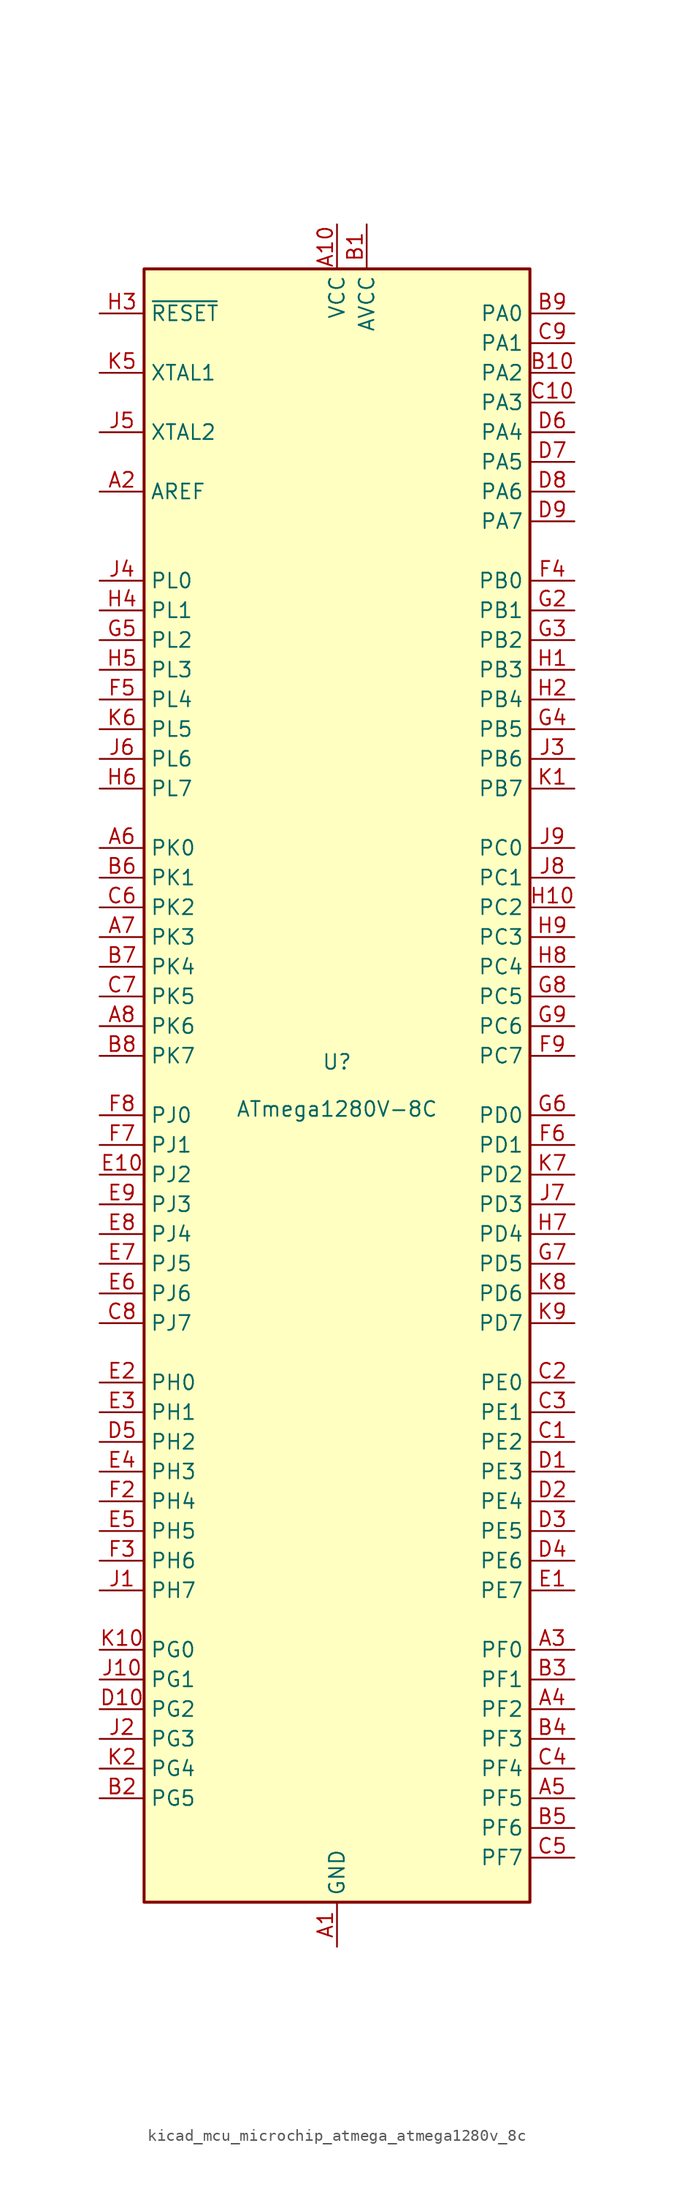
<source format=kicad_sym>
(kicad_symbol_lib
  (version 20220914)
  (generator kicad_symbol_editor)
  (symbol "kicad_mcu_microchip_atmega_atmega1280v_8c"
    (property "Reference" "U"
      (at 0 1.27 0)
      (effects (font (size 1.27 1.27)) (justify bottom)))
    (property "Value" "ATmega1280V-8C"
      (at 0 -1.27 0)
      (effects (font (size 1.27 1.27)) (justify top)))
    (symbol "kicad_mcu_microchip_atmega_atmega1280v_8c_0_1"
      (rectangle (start -16.51 -69.85) (end 16.51 69.85) (stroke (width 0.254) (type default)) (fill (type background))))
    (symbol "kicad_mcu_microchip_atmega_atmega1280v_8c_1_1"
      (pin power_in line (at 0 -73.66 90) (length 3.81) (name "GND" (effects (font (size 1.27 1.27)))) (number "A1" (effects (font (size 1.27 1.27)))))
      (pin power_in line (at 0 73.66 270) (length 3.81) (name "VCC" (effects (font (size 1.27 1.27)))) (number "A10" (effects (font (size 1.27 1.27)))))
      (pin passive line (at -20.32 50.8 0) (length 3.81) (name "AREF" (effects (font (size 1.27 1.27)))) (number "A2" (effects (font (size 1.27 1.27)))))
      (pin bidirectional line (at 20.32 -48.26 180) (length 3.81) (name "PF0" (effects (font (size 1.27 1.27)))) (number "A3" (effects (font (size 1.27 1.27)))))
      (pin bidirectional line (at 20.32 -53.34 180) (length 3.81) (name "PF2" (effects (font (size 1.27 1.27)))) (number "A4" (effects (font (size 1.27 1.27)))))
      (pin bidirectional line (at 20.32 -60.96 180) (length 3.81) (name "PF5" (effects (font (size 1.27 1.27)))) (number "A5" (effects (font (size 1.27 1.27)))))
      (pin bidirectional line (at -20.32 20.32 0) (length 3.81) (name "PK0" (effects (font (size 1.27 1.27)))) (number "A6" (effects (font (size 1.27 1.27)))))
      (pin bidirectional line (at -20.32 12.7 0) (length 3.81) (name "PK3" (effects (font (size 1.27 1.27)))) (number "A7" (effects (font (size 1.27 1.27)))))
      (pin bidirectional line (at -20.32 5.08 0) (length 3.81) (name "PK6" (effects (font (size 1.27 1.27)))) (number "A8" (effects (font (size 1.27 1.27)))))
      (pin passive line (at 0 -73.66 90) (length 3.81) hide (name "GND" (effects (font (size 1.27 1.27)))) (number "A9" (effects (font (size 1.27 1.27)))))
      (pin power_in line (at 2.54 73.66 270) (length 3.81) (name "AVCC" (effects (font (size 1.27 1.27)))) (number "B1" (effects (font (size 1.27 1.27)))))
      (pin bidirectional line (at 20.32 60.96 180) (length 3.81) (name "PA2" (effects (font (size 1.27 1.27)))) (number "B10" (effects (font (size 1.27 1.27)))))
      (pin bidirectional line (at -20.32 -60.96 0) (length 3.81) (name "PG5" (effects (font (size 1.27 1.27)))) (number "B2" (effects (font (size 1.27 1.27)))))
      (pin bidirectional line (at 20.32 -50.8 180) (length 3.81) (name "PF1" (effects (font (size 1.27 1.27)))) (number "B3" (effects (font (size 1.27 1.27)))))
      (pin bidirectional line (at 20.32 -55.88 180) (length 3.81) (name "PF3" (effects (font (size 1.27 1.27)))) (number "B4" (effects (font (size 1.27 1.27)))))
      (pin bidirectional line (at 20.32 -63.5 180) (length 3.81) (name "PF6" (effects (font (size 1.27 1.27)))) (number "B5" (effects (font (size 1.27 1.27)))))
      (pin bidirectional line (at -20.32 17.78 0) (length 3.81) (name "PK1" (effects (font (size 1.27 1.27)))) (number "B6" (effects (font (size 1.27 1.27)))))
      (pin bidirectional line (at -20.32 10.16 0) (length 3.81) (name "PK4" (effects (font (size 1.27 1.27)))) (number "B7" (effects (font (size 1.27 1.27)))))
      (pin bidirectional line (at -20.32 2.54 0) (length 3.81) (name "PK7" (effects (font (size 1.27 1.27)))) (number "B8" (effects (font (size 1.27 1.27)))))
      (pin bidirectional line (at 20.32 66.04 180) (length 3.81) (name "PA0" (effects (font (size 1.27 1.27)))) (number "B9" (effects (font (size 1.27 1.27)))))
      (pin bidirectional line (at 20.32 -30.48 180) (length 3.81) (name "PE2" (effects (font (size 1.27 1.27)))) (number "C1" (effects (font (size 1.27 1.27)))))
      (pin bidirectional line (at 20.32 58.42 180) (length 3.81) (name "PA3" (effects (font (size 1.27 1.27)))) (number "C10" (effects (font (size 1.27 1.27)))))
      (pin bidirectional line (at 20.32 -25.4 180) (length 3.81) (name "PE0" (effects (font (size 1.27 1.27)))) (number "C2" (effects (font (size 1.27 1.27)))))
      (pin bidirectional line (at 20.32 -27.94 180) (length 3.81) (name "PE1" (effects (font (size 1.27 1.27)))) (number "C3" (effects (font (size 1.27 1.27)))))
      (pin bidirectional line (at 20.32 -58.42 180) (length 3.81) (name "PF4" (effects (font (size 1.27 1.27)))) (number "C4" (effects (font (size 1.27 1.27)))))
      (pin bidirectional line (at 20.32 -66.04 180) (length 3.81) (name "PF7" (effects (font (size 1.27 1.27)))) (number "C5" (effects (font (size 1.27 1.27)))))
      (pin bidirectional line (at -20.32 15.24 0) (length 3.81) (name "PK2" (effects (font (size 1.27 1.27)))) (number "C6" (effects (font (size 1.27 1.27)))))
      (pin bidirectional line (at -20.32 7.62 0) (length 3.81) (name "PK5" (effects (font (size 1.27 1.27)))) (number "C7" (effects (font (size 1.27 1.27)))))
      (pin bidirectional line (at -20.32 -20.32 0) (length 3.81) (name "PJ7" (effects (font (size 1.27 1.27)))) (number "C8" (effects (font (size 1.27 1.27)))))
      (pin bidirectional line (at 20.32 63.5 180) (length 3.81) (name "PA1" (effects (font (size 1.27 1.27)))) (number "C9" (effects (font (size 1.27 1.27)))))
      (pin bidirectional line (at 20.32 -33.02 180) (length 3.81) (name "PE3" (effects (font (size 1.27 1.27)))) (number "D1" (effects (font (size 1.27 1.27)))))
      (pin bidirectional line (at -20.32 -53.34 0) (length 3.81) (name "PG2" (effects (font (size 1.27 1.27)))) (number "D10" (effects (font (size 1.27 1.27)))))
      (pin bidirectional line (at 20.32 -35.56 180) (length 3.81) (name "PE4" (effects (font (size 1.27 1.27)))) (number "D2" (effects (font (size 1.27 1.27)))))
      (pin bidirectional line (at 20.32 -38.1 180) (length 3.81) (name "PE5" (effects (font (size 1.27 1.27)))) (number "D3" (effects (font (size 1.27 1.27)))))
      (pin bidirectional line (at 20.32 -40.64 180) (length 3.81) (name "PE6" (effects (font (size 1.27 1.27)))) (number "D4" (effects (font (size 1.27 1.27)))))
      (pin bidirectional line (at -20.32 -30.48 0) (length 3.81) (name "PH2" (effects (font (size 1.27 1.27)))) (number "D5" (effects (font (size 1.27 1.27)))))
      (pin bidirectional line (at 20.32 55.88 180) (length 3.81) (name "PA4" (effects (font (size 1.27 1.27)))) (number "D6" (effects (font (size 1.27 1.27)))))
      (pin bidirectional line (at 20.32 53.34 180) (length 3.81) (name "PA5" (effects (font (size 1.27 1.27)))) (number "D7" (effects (font (size 1.27 1.27)))))
      (pin bidirectional line (at 20.32 50.8 180) (length 3.81) (name "PA6" (effects (font (size 1.27 1.27)))) (number "D8" (effects (font (size 1.27 1.27)))))
      (pin bidirectional line (at 20.32 48.26 180) (length 3.81) (name "PA7" (effects (font (size 1.27 1.27)))) (number "D9" (effects (font (size 1.27 1.27)))))
      (pin bidirectional line (at 20.32 -43.18 180) (length 3.81) (name "PE7" (effects (font (size 1.27 1.27)))) (number "E1" (effects (font (size 1.27 1.27)))))
      (pin bidirectional line (at -20.32 -7.62 0) (length 3.81) (name "PJ2" (effects (font (size 1.27 1.27)))) (number "E10" (effects (font (size 1.27 1.27)))))
      (pin bidirectional line (at -20.32 -25.4 0) (length 3.81) (name "PH0" (effects (font (size 1.27 1.27)))) (number "E2" (effects (font (size 1.27 1.27)))))
      (pin bidirectional line (at -20.32 -27.94 0) (length 3.81) (name "PH1" (effects (font (size 1.27 1.27)))) (number "E3" (effects (font (size 1.27 1.27)))))
      (pin bidirectional line (at -20.32 -33.02 0) (length 3.81) (name "PH3" (effects (font (size 1.27 1.27)))) (number "E4" (effects (font (size 1.27 1.27)))))
      (pin bidirectional line (at -20.32 -38.1 0) (length 3.81) (name "PH5" (effects (font (size 1.27 1.27)))) (number "E5" (effects (font (size 1.27 1.27)))))
      (pin bidirectional line (at -20.32 -17.78 0) (length 3.81) (name "PJ6" (effects (font (size 1.27 1.27)))) (number "E6" (effects (font (size 1.27 1.27)))))
      (pin bidirectional line (at -20.32 -15.24 0) (length 3.81) (name "PJ5" (effects (font (size 1.27 1.27)))) (number "E7" (effects (font (size 1.27 1.27)))))
      (pin bidirectional line (at -20.32 -12.7 0) (length 3.81) (name "PJ4" (effects (font (size 1.27 1.27)))) (number "E8" (effects (font (size 1.27 1.27)))))
      (pin bidirectional line (at -20.32 -10.16 0) (length 3.81) (name "PJ3" (effects (font (size 1.27 1.27)))) (number "E9" (effects (font (size 1.27 1.27)))))
      (pin passive line (at 0 73.66 270) (length 3.81) hide (name "VCC" (effects (font (size 1.27 1.27)))) (number "F1" (effects (font (size 1.27 1.27)))))
      (pin passive line (at 0 -73.66 90) (length 3.81) hide (name "GND" (effects (font (size 1.27 1.27)))) (number "F10" (effects (font (size 1.27 1.27)))))
      (pin bidirectional line (at -20.32 -35.56 0) (length 3.81) (name "PH4" (effects (font (size 1.27 1.27)))) (number "F2" (effects (font (size 1.27 1.27)))))
      (pin bidirectional line (at -20.32 -40.64 0) (length 3.81) (name "PH6" (effects (font (size 1.27 1.27)))) (number "F3" (effects (font (size 1.27 1.27)))))
      (pin bidirectional line (at 20.32 43.18 180) (length 3.81) (name "PB0" (effects (font (size 1.27 1.27)))) (number "F4" (effects (font (size 1.27 1.27)))))
      (pin bidirectional line (at -20.32 33.02 0) (length 3.81) (name "PL4" (effects (font (size 1.27 1.27)))) (number "F5" (effects (font (size 1.27 1.27)))))
      (pin bidirectional line (at 20.32 -5.08 180) (length 3.81) (name "PD1" (effects (font (size 1.27 1.27)))) (number "F6" (effects (font (size 1.27 1.27)))))
      (pin bidirectional line (at -20.32 -5.08 0) (length 3.81) (name "PJ1" (effects (font (size 1.27 1.27)))) (number "F7" (effects (font (size 1.27 1.27)))))
      (pin bidirectional line (at -20.32 -2.54 0) (length 3.81) (name "PJ0" (effects (font (size 1.27 1.27)))) (number "F8" (effects (font (size 1.27 1.27)))))
      (pin bidirectional line (at 20.32 2.54 180) (length 3.81) (name "PC7" (effects (font (size 1.27 1.27)))) (number "F9" (effects (font (size 1.27 1.27)))))
      (pin passive line (at 0 -73.66 90) (length 3.81) hide (name "GND" (effects (font (size 1.27 1.27)))) (number "G1" (effects (font (size 1.27 1.27)))))
      (pin passive line (at 0 73.66 270) (length 3.81) hide (name "VCC" (effects (font (size 1.27 1.27)))) (number "G10" (effects (font (size 1.27 1.27)))))
      (pin bidirectional line (at 20.32 40.64 180) (length 3.81) (name "PB1" (effects (font (size 1.27 1.27)))) (number "G2" (effects (font (size 1.27 1.27)))))
      (pin bidirectional line (at 20.32 38.1 180) (length 3.81) (name "PB2" (effects (font (size 1.27 1.27)))) (number "G3" (effects (font (size 1.27 1.27)))))
      (pin bidirectional line (at 20.32 30.48 180) (length 3.81) (name "PB5" (effects (font (size 1.27 1.27)))) (number "G4" (effects (font (size 1.27 1.27)))))
      (pin bidirectional line (at -20.32 38.1 0) (length 3.81) (name "PL2" (effects (font (size 1.27 1.27)))) (number "G5" (effects (font (size 1.27 1.27)))))
      (pin bidirectional line (at 20.32 -2.54 180) (length 3.81) (name "PD0" (effects (font (size 1.27 1.27)))) (number "G6" (effects (font (size 1.27 1.27)))))
      (pin bidirectional line (at 20.32 -15.24 180) (length 3.81) (name "PD5" (effects (font (size 1.27 1.27)))) (number "G7" (effects (font (size 1.27 1.27)))))
      (pin bidirectional line (at 20.32 7.62 180) (length 3.81) (name "PC5" (effects (font (size 1.27 1.27)))) (number "G8" (effects (font (size 1.27 1.27)))))
      (pin bidirectional line (at 20.32 5.08 180) (length 3.81) (name "PC6" (effects (font (size 1.27 1.27)))) (number "G9" (effects (font (size 1.27 1.27)))))
      (pin bidirectional line (at 20.32 35.56 180) (length 3.81) (name "PB3" (effects (font (size 1.27 1.27)))) (number "H1" (effects (font (size 1.27 1.27)))))
      (pin bidirectional line (at 20.32 15.24 180) (length 3.81) (name "PC2" (effects (font (size 1.27 1.27)))) (number "H10" (effects (font (size 1.27 1.27)))))
      (pin bidirectional line (at 20.32 33.02 180) (length 3.81) (name "PB4" (effects (font (size 1.27 1.27)))) (number "H2" (effects (font (size 1.27 1.27)))))
      (pin input line (at -20.32 66.04 0) (length 3.81) (name "~{RESET}" (effects (font (size 1.27 1.27)))) (number "H3" (effects (font (size 1.27 1.27)))))
      (pin bidirectional line (at -20.32 40.64 0) (length 3.81) (name "PL1" (effects (font (size 1.27 1.27)))) (number "H4" (effects (font (size 1.27 1.27)))))
      (pin bidirectional line (at -20.32 35.56 0) (length 3.81) (name "PL3" (effects (font (size 1.27 1.27)))) (number "H5" (effects (font (size 1.27 1.27)))))
      (pin bidirectional line (at -20.32 25.4 0) (length 3.81) (name "PL7" (effects (font (size 1.27 1.27)))) (number "H6" (effects (font (size 1.27 1.27)))))
      (pin bidirectional line (at 20.32 -12.7 180) (length 3.81) (name "PD4" (effects (font (size 1.27 1.27)))) (number "H7" (effects (font (size 1.27 1.27)))))
      (pin bidirectional line (at 20.32 10.16 180) (length 3.81) (name "PC4" (effects (font (size 1.27 1.27)))) (number "H8" (effects (font (size 1.27 1.27)))))
      (pin bidirectional line (at 20.32 12.7 180) (length 3.81) (name "PC3" (effects (font (size 1.27 1.27)))) (number "H9" (effects (font (size 1.27 1.27)))))
      (pin bidirectional line (at -20.32 -43.18 0) (length 3.81) (name "PH7" (effects (font (size 1.27 1.27)))) (number "J1" (effects (font (size 1.27 1.27)))))
      (pin bidirectional line (at -20.32 -50.8 0) (length 3.81) (name "PG1" (effects (font (size 1.27 1.27)))) (number "J10" (effects (font (size 1.27 1.27)))))
      (pin bidirectional line (at -20.32 -55.88 0) (length 3.81) (name "PG3" (effects (font (size 1.27 1.27)))) (number "J2" (effects (font (size 1.27 1.27)))))
      (pin bidirectional line (at 20.32 27.94 180) (length 3.81) (name "PB6" (effects (font (size 1.27 1.27)))) (number "J3" (effects (font (size 1.27 1.27)))))
      (pin bidirectional line (at -20.32 43.18 0) (length 3.81) (name "PL0" (effects (font (size 1.27 1.27)))) (number "J4" (effects (font (size 1.27 1.27)))))
      (pin output line (at -20.32 55.88 0) (length 3.81) (name "XTAL2" (effects (font (size 1.27 1.27)))) (number "J5" (effects (font (size 1.27 1.27)))))
      (pin bidirectional line (at -20.32 27.94 0) (length 3.81) (name "PL6" (effects (font (size 1.27 1.27)))) (number "J6" (effects (font (size 1.27 1.27)))))
      (pin bidirectional line (at 20.32 -10.16 180) (length 3.81) (name "PD3" (effects (font (size 1.27 1.27)))) (number "J7" (effects (font (size 1.27 1.27)))))
      (pin bidirectional line (at 20.32 17.78 180) (length 3.81) (name "PC1" (effects (font (size 1.27 1.27)))) (number "J8" (effects (font (size 1.27 1.27)))))
      (pin bidirectional line (at 20.32 20.32 180) (length 3.81) (name "PC0" (effects (font (size 1.27 1.27)))) (number "J9" (effects (font (size 1.27 1.27)))))
      (pin bidirectional line (at 20.32 25.4 180) (length 3.81) (name "PB7" (effects (font (size 1.27 1.27)))) (number "K1" (effects (font (size 1.27 1.27)))))
      (pin bidirectional line (at -20.32 -48.26 0) (length 3.81) (name "PG0" (effects (font (size 1.27 1.27)))) (number "K10" (effects (font (size 1.27 1.27)))))
      (pin bidirectional line (at -20.32 -58.42 0) (length 3.81) (name "PG4" (effects (font (size 1.27 1.27)))) (number "K2" (effects (font (size 1.27 1.27)))))
      (pin passive line (at 0 73.66 270) (length 3.81) hide (name "VCC" (effects (font (size 1.27 1.27)))) (number "K3" (effects (font (size 1.27 1.27)))))
      (pin passive line (at 0 -73.66 90) (length 3.81) hide (name "GND" (effects (font (size 1.27 1.27)))) (number "K4" (effects (font (size 1.27 1.27)))))
      (pin input line (at -20.32 60.96 0) (length 3.81) (name "XTAL1" (effects (font (size 1.27 1.27)))) (number "K5" (effects (font (size 1.27 1.27)))))
      (pin bidirectional line (at -20.32 30.48 0) (length 3.81) (name "PL5" (effects (font (size 1.27 1.27)))) (number "K6" (effects (font (size 1.27 1.27)))))
      (pin bidirectional line (at 20.32 -7.62 180) (length 3.81) (name "PD2" (effects (font (size 1.27 1.27)))) (number "K7" (effects (font (size 1.27 1.27)))))
      (pin bidirectional line (at 20.32 -17.78 180) (length 3.81) (name "PD6" (effects (font (size 1.27 1.27)))) (number "K8" (effects (font (size 1.27 1.27)))))
      (pin bidirectional line (at 20.32 -20.32 180) (length 3.81) (name "PD7" (effects (font (size 1.27 1.27)))) (number "K9" (effects (font (size 1.27 1.27))))))))
</source>
